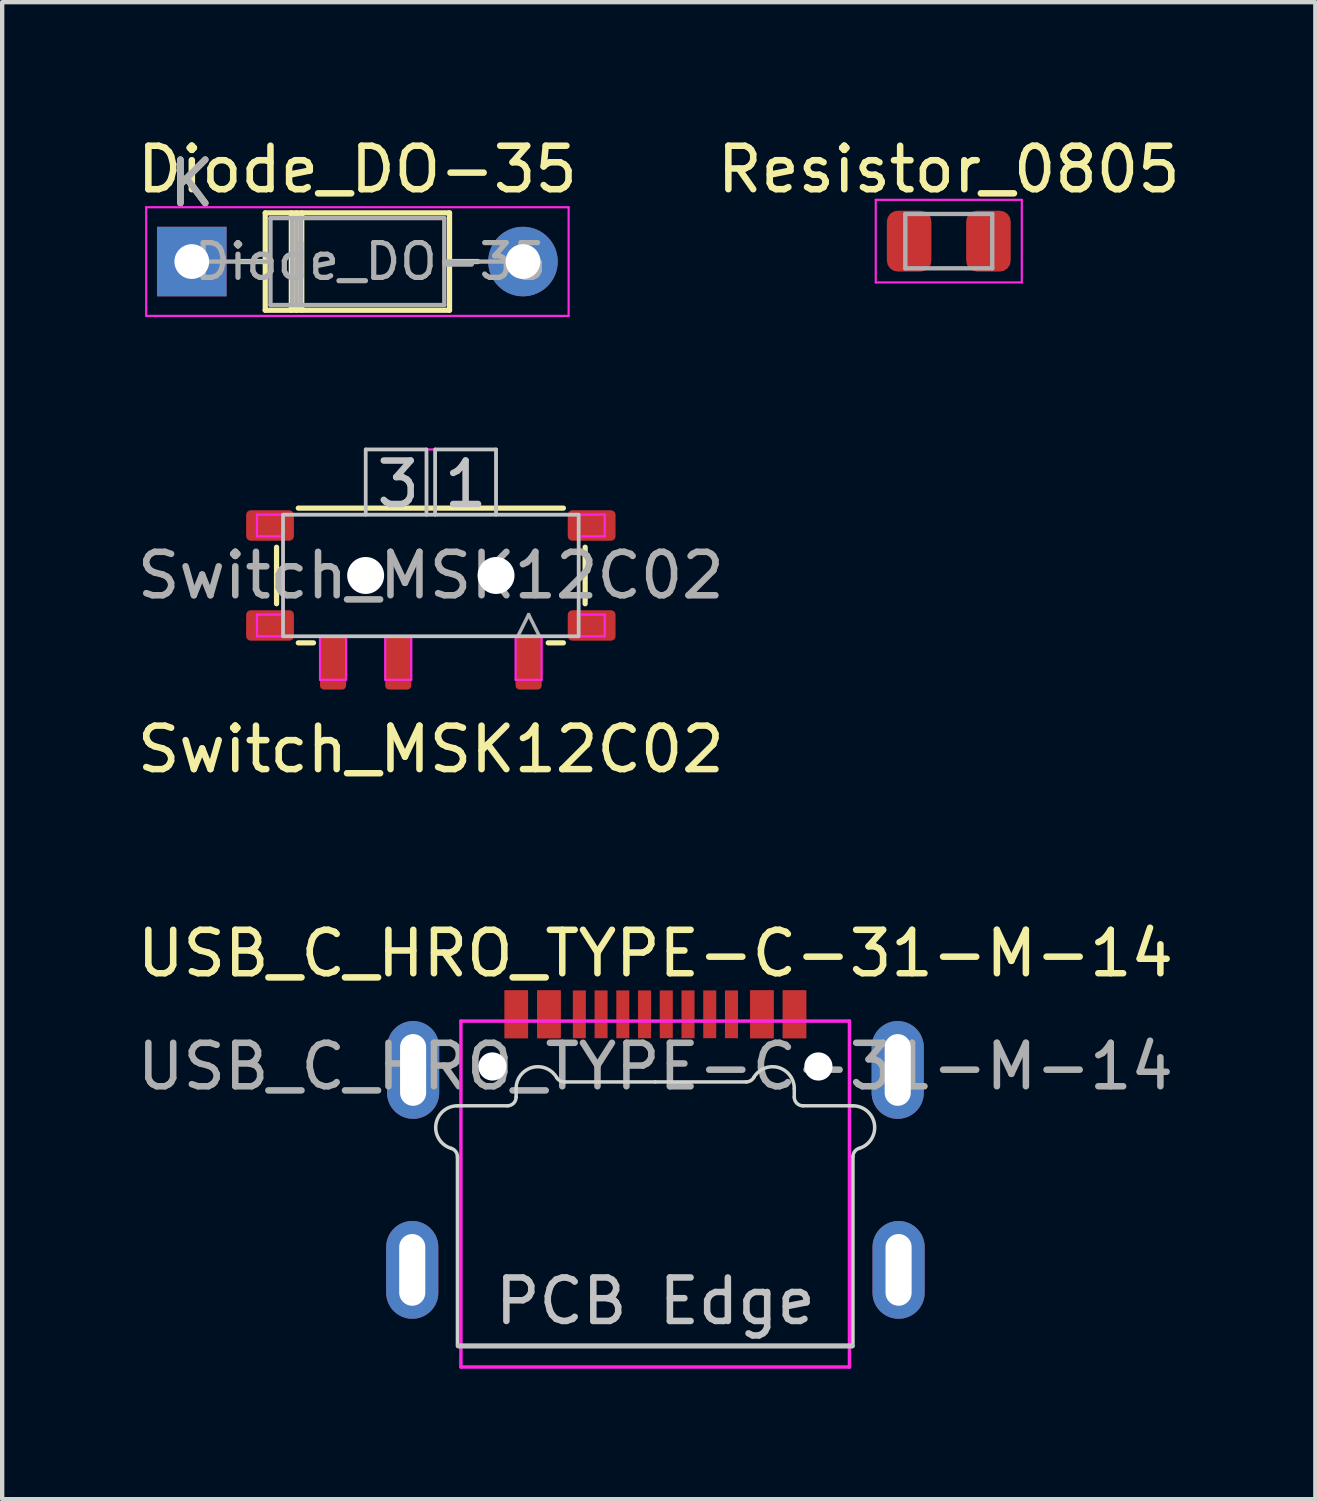
<source format=kicad_pcb>
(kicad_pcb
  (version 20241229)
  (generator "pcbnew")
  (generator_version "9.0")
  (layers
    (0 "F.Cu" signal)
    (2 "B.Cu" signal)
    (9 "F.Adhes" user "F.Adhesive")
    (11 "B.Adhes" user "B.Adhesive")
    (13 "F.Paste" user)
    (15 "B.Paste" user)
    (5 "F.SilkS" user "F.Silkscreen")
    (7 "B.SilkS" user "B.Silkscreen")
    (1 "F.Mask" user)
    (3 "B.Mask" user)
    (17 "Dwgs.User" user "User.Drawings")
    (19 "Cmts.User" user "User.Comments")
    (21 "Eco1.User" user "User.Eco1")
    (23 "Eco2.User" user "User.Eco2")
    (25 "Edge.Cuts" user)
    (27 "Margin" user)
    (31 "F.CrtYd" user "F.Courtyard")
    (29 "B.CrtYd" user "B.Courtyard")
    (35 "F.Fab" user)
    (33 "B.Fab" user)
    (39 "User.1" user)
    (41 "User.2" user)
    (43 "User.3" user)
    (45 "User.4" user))
  (footprint "Switch_MSK12C02"
    (layer "F.Cu")
    (at 6.863 10.191)
    (property "Reference" "Switch_MSK12C02" (at 0 4 0) (unlocked yes) (layer "F.SilkS") (effects (font (size 1 1) (thickness 0.15))))
    (attr smd)
    (fp_line (start -3.55 -0.65) (end -3.55 0.65) (stroke (width 0.12) (type solid)) (layer "F.SilkS"))
    (fp_line (start -3.05 -1.55) (end 3.05 -1.55) (stroke (width 0.12) (type solid)) (layer "F.SilkS"))
    (fp_line (start -2.7 1.55) (end -3.05 1.55) (stroke (width 0.12) (type solid)) (layer "F.SilkS"))
    (fp_line (start 3.05 1.55) (end 2.7 1.55) (stroke (width 0.12) (type solid)) (layer "F.SilkS"))
    (fp_line (start 3.55 0.65) (end 3.55 -0.65) (stroke (width 0.12) (type solid)) (layer "F.SilkS"))
    (fp_line (start -3.4 -1.4) (end -3.4 1.4) (stroke (width 0.08) (type solid)) (layer "Dwgs.User"))
    (fp_line (start -3.4 1.4) (end 3.4 1.4) (stroke (width 0.08) (type solid)) (layer "Dwgs.User"))
    (fp_line (start -1.5 -2.9) (end -1.5 -1.4) (stroke (width 0.08) (type solid)) (layer "Dwgs.User"))
    (fp_line (start -0.1 -2.9) (end -1.5 -2.9) (stroke (width 0.08) (type solid)) (layer "Dwgs.User"))
    (fp_line (start -0.1 -1.4) (end -0.1 -2.9) (stroke (width 0.08) (type solid)) (layer "Dwgs.User"))
    (fp_line (start 0.1 -2.9) (end 1.5 -2.9) (stroke (width 0.08) (type solid)) (layer "Dwgs.User"))
    (fp_line (start 0.1 -1.4) (end 0.1 -2.9) (stroke (width 0.08) (type solid)) (layer "Dwgs.User"))
    (fp_line (start 1.5 -2.9) (end 1.5 -1.4) (stroke (width 0.08) (type solid)) (layer "Dwgs.User"))
    (fp_line (start 3.4 -1.4) (end -3.4 -1.4) (stroke (width 0.08) (type solid)) (layer "Dwgs.User"))
    (fp_line (start 3.4 1.4) (end 3.4 -1.4) (stroke (width 0.08) (type solid)) (layer "Dwgs.User"))
    (fp_line (start -4 -1.4) (end -4 -0.9) (stroke (width 0.05) (type solid)) (layer "F.CrtYd"))
    (fp_line (start -4 -1.4) (end -1.5 -1.4) (stroke (width 0.05) (type solid)) (layer "F.CrtYd"))
    (fp_line (start -4 -0.9) (end -3.4 -0.9) (stroke (width 0.05) (type solid)) (layer "F.CrtYd"))
    (fp_line (start -4 0.9) (end -4 1.4) (stroke (width 0.05) (type solid)) (layer "F.CrtYd"))
    (fp_line (start -3.4 0.9) (end -4 0.9) (stroke (width 0.05) (type solid)) (layer "F.CrtYd"))
    (fp_line (start -3.4 0.9) (end -3.4 -0.9) (stroke (width 0.05) (type solid)) (layer "F.CrtYd"))
    (fp_line (start -2.55 1.4) (end -4 1.4) (stroke (width 0.05) (type solid)) (layer "F.CrtYd"))
    (fp_line (start -2.55 2.4) (end -2.55 1.4) (stroke (width 0.05) (type solid)) (layer "F.CrtYd"))
    (fp_line (start -2.55 2.4) (end -1.95 2.4) (stroke (width 0.05) (type solid)) (layer "F.CrtYd"))
    (fp_line (start -1.95 1.4) (end -1.05 1.4) (stroke (width 0.05) (type solid)) (layer "F.CrtYd"))
    (fp_line (start -1.95 2.4) (end -1.95 1.4) (stroke (width 0.05) (type solid)) (layer "F.CrtYd"))
    (fp_line (start -1.5 -2.9) (end 1.5 -2.9) (stroke (width 0.05) (type solid)) (layer "F.CrtYd"))
    (fp_line (start -1.5 -1.4) (end -1.5 -2.9) (stroke (width 0.05) (type solid)) (layer "F.CrtYd"))
    (fp_line (start -1.05 2.4) (end -1.05 1.4) (stroke (width 0.05) (type solid)) (layer "F.CrtYd"))
    (fp_line (start -1.05 2.4) (end -0.45 2.4) (stroke (width 0.05) (type solid)) (layer "F.CrtYd"))
    (fp_line (start -0.45 1.4) (end 1.95 1.4) (stroke (width 0.05) (type solid)) (layer "F.CrtYd"))
    (fp_line (start -0.45 2.4) (end -0.45 1.4) (stroke (width 0.05) (type solid)) (layer "F.CrtYd"))
    (fp_line (start 1.5 -2.9) (end 1.5 -1.4) (stroke (width 0.05) (type solid)) (layer "F.CrtYd"))
    (fp_line (start 1.5 -1.4) (end 4 -1.4) (stroke (width 0.05) (type solid)) (layer "F.CrtYd"))
    (fp_line (start 1.95 2.4) (end 1.95 1.4) (stroke (width 0.05) (type solid)) (layer "F.CrtYd"))
    (fp_line (start 1.95 2.4) (end 2.55 2.4) (stroke (width 0.05) (type solid)) (layer "F.CrtYd"))
    (fp_line (start 2.55 1.4) (end 4 1.4) (stroke (width 0.05) (type solid)) (layer "F.CrtYd"))
    (fp_line (start 2.55 2.4) (end 2.55 1.4) (stroke (width 0.05) (type solid)) (layer "F.CrtYd"))
    (fp_line (start 3.4 -0.9) (end 4 -0.9) (stroke (width 0.05) (type solid)) (layer "F.CrtYd"))
    (fp_line (start 3.4 0.9) (end 3.4 -0.9) (stroke (width 0.05) (type solid)) (layer "F.CrtYd"))
    (fp_line (start 4 -0.9) (end 4 -1.4) (stroke (width 0.05) (type solid)) (layer "F.CrtYd"))
    (fp_line (start 4 0.9) (end 3.4 0.9) (stroke (width 0.05) (type solid)) (layer "F.CrtYd"))
    (fp_line (start 4 1.4) (end 4 0.9) (stroke (width 0.05) (type solid)) (layer "F.CrtYd"))
    (fp_line (start -3.4 -1.4) (end -3.4 1.4) (stroke (width 0.08) (type solid)) (layer "F.Fab"))
    (fp_line (start -3.4 1.4) (end 3.4 1.4) (stroke (width 0.08) (type solid)) (layer "F.Fab"))
    (fp_line (start -1.5 -2.9) (end -1.5 -1.4) (stroke (width 0.08) (type solid)) (layer "F.Fab"))
    (fp_line (start -0.1 -2.9) (end -1.5 -2.9) (stroke (width 0.08) (type solid)) (layer "F.Fab"))
    (fp_line (start -0.1 -1.4) (end -0.1 -2.9) (stroke (width 0.08) (type solid)) (layer "F.Fab"))
    (fp_line (start 0.1 -2.9) (end 1.5 -2.9) (stroke (width 0.08) (type solid)) (layer "F.Fab"))
    (fp_line (start 0.1 -1.4) (end 0.1 -2.9) (stroke (width 0.08) (type solid)) (layer "F.Fab"))
    (fp_line (start 1.5 -2.9) (end 1.5 -1.4) (stroke (width 0.08) (type solid)) (layer "F.Fab"))
    (fp_line (start 2 1.4) (end 2.25 0.9) (stroke (width 0.08) (type default)) (layer "F.Fab"))
    (fp_line (start 2.25 0.9) (end 2.5 1.4) (stroke (width 0.08) (type default)) (layer "F.Fab"))
    (fp_line (start 3.4 -1.4) (end -3.4 -1.4) (stroke (width 0.08) (type solid)) (layer "F.Fab"))
    (fp_line (start 3.4 1.4) (end 3.4 -1.4) (stroke (width 0.08) (type solid)) (layer "F.Fab"))
    (fp_text user "3" (at -0.75 -2.1 0) (unlocked yes) (layer "Dwgs.User") (effects (font (size 1 1) (thickness 0.15))))
    (fp_text user "1" (at 0.8 -2.1 0) (unlocked yes) (layer "Dwgs.User") (effects (font (size 1 1) (thickness 0.15))))
    (fp_text user "${REFERENCE}" (at 0 0 0) (layer "F.Fab") (effects (font (size 1 1) (thickness 0.15))))
    (pad "" np_thru_hole circle (at -1.5 0 180) (size 0.85 0.85) (drill 0.85) (layers "*.Cu" "*.Mask"))
    (pad "" np_thru_hole circle (at 1.5 0 180) (size 0.85 0.85) (drill 0.85) (layers "*.Cu" "*.Mask"))
    (pad "1" smd roundrect (at 2.25 2 180) (size 0.6 1.25) (layers "F.Cu" "F.Mask" "F.Paste") (roundrect_rratio 0.15))
    (pad "2" smd roundrect (at -0.75 2 180) (size 0.6 1.25) (layers "F.Cu" "F.Mask" "F.Paste") (roundrect_rratio 0.15))
    (pad "3" smd roundrect (at -2.25 2 180) (size 0.6 1.25) (layers "F.Cu" "F.Mask" "F.Paste") (roundrect_rratio 0.15))
    (pad "MP" smd roundrect (at -3.7 -1.15 270) (size 0.7 1.1) (layers "F.Cu" "F.Mask" "F.Paste") (roundrect_rratio 0.15))
    (pad "MP" smd roundrect (at -3.7 1.15 270) (size 0.7 1.1) (layers "F.Cu" "F.Mask" "F.Paste") (roundrect_rratio 0.15))
    (pad "MP" smd roundrect (at 3.7 -1.15 270) (size 0.7 1.1) (layers "F.Cu" "F.Mask" "F.Paste") (roundrect_rratio 0.15))
    (pad "MP" smd roundrect (at 3.7 1.15 270) (size 0.7 1.1) (layers "F.Cu" "F.Mask" "F.Paste") (roundrect_rratio 0.15)))
  (footprint "Diode_DO-35"
    (layer "F.Cu")
    (at 1.363 2.968)
    (property "Reference" "Diode_DO-35" (at 3.81 -2.12 0) (layer "F.SilkS") (effects (font (size 1 1) (thickness 0.15))))
    (attr through_hole)
    (fp_line (start 1.04 0) (end 1.69 0) (stroke (width 0.12) (type solid)) (layer "F.SilkS"))
    (fp_line (start 1.69 -1.12) (end 1.69 1.12) (stroke (width 0.12) (type solid)) (layer "F.SilkS"))
    (fp_line (start 1.69 1.12) (end 5.93 1.12) (stroke (width 0.12) (type solid)) (layer "F.SilkS"))
    (fp_line (start 2.29 -1.12) (end 2.29 1.12) (stroke (width 0.12) (type solid)) (layer "F.SilkS"))
    (fp_line (start 2.41 -1.12) (end 2.41 1.12) (stroke (width 0.12) (type solid)) (layer "F.SilkS"))
    (fp_line (start 2.53 -1.12) (end 2.53 1.12) (stroke (width 0.12) (type solid)) (layer "F.SilkS"))
    (fp_line (start 5.93 -1.12) (end 1.69 -1.12) (stroke (width 0.12) (type solid)) (layer "F.SilkS"))
    (fp_line (start 5.93 1.12) (end 5.93 -1.12) (stroke (width 0.12) (type solid)) (layer "F.SilkS"))
    (fp_line (start 6.58 0) (end 5.93 0) (stroke (width 0.12) (type solid)) (layer "F.SilkS"))
    (fp_line (start -1.05 -1.25) (end -1.05 1.25) (stroke (width 0.05) (type solid)) (layer "F.CrtYd"))
    (fp_line (start -1.05 1.25) (end 8.67 1.25) (stroke (width 0.05) (type solid)) (layer "F.CrtYd"))
    (fp_line (start 8.67 -1.25) (end -1.05 -1.25) (stroke (width 0.05) (type solid)) (layer "F.CrtYd"))
    (fp_line (start 8.67 1.25) (end 8.67 -1.25) (stroke (width 0.05) (type solid)) (layer "F.CrtYd"))
    (fp_line (start 0 0) (end 1.81 0) (stroke (width 0.1) (type solid)) (layer "F.Fab"))
    (fp_line (start 1.81 -1) (end 1.81 1) (stroke (width 0.1) (type solid)) (layer "F.Fab"))
    (fp_line (start 1.81 1) (end 5.81 1) (stroke (width 0.1) (type solid)) (layer "F.Fab"))
    (fp_line (start 2.31 -1) (end 2.31 1) (stroke (width 0.1) (type solid)) (layer "F.Fab"))
    (fp_line (start 2.41 -1) (end 2.41 1) (stroke (width 0.1) (type solid)) (layer "F.Fab"))
    (fp_line (start 2.51 -1) (end 2.51 1) (stroke (width 0.1) (type solid)) (layer "F.Fab"))
    (fp_line (start 5.81 -1) (end 1.81 -1) (stroke (width 0.1) (type solid)) (layer "F.Fab"))
    (fp_line (start 5.81 1) (end 5.81 -1) (stroke (width 0.1) (type solid)) (layer "F.Fab"))
    (fp_line (start 7.62 0) (end 5.81 0) (stroke (width 0.1) (type solid)) (layer "F.Fab"))
    (fp_text user "K" (at 0 -1.8 0) (layer "F.SilkS") (effects (font (size 1 1) (thickness 0.15))))
    (fp_text user "${REFERENCE}" (at 4.11 0 0) (layer "F.Fab") (effects (font (size 0.8 0.8) (thickness 0.12))))
    (fp_text user "K" (at 0 -1.8 0) (layer "F.Fab") (effects (font (size 1 1) (thickness 0.15))))
    (pad "1" thru_hole rect (at 0 0) (size 1.6 1.6) (drill 0.8) (layers "*.Cu" "*.Mask"))
    (pad "2" thru_hole oval (at 7.62 0) (size 1.6 1.6) (drill 0.8) (layers "*.Cu" "*.Mask")))
  (footprint "Resistor_0805"
    (layer "F.Cu")
    (at 18.78 2.498)
    (property "Reference" "Resistor_0805" (at 0 -1.65 0) (layer "F.SilkS") (effects (font (size 1 1) (thickness 0.15))))
    (attr smd)
    (fp_line (start -1.68 -0.95) (end 1.68 -0.95) (stroke (width 0.05) (type solid)) (layer "F.CrtYd"))
    (fp_line (start -1.68 0.95) (end -1.68 -0.95) (stroke (width 0.05) (type solid)) (layer "F.CrtYd"))
    (fp_line (start 1.68 -0.95) (end 1.68 0.95) (stroke (width 0.05) (type solid)) (layer "F.CrtYd"))
    (fp_line (start 1.68 0.95) (end -1.68 0.95) (stroke (width 0.05) (type solid)) (layer "F.CrtYd"))
    (fp_line (start -1 -0.625) (end 1 -0.625) (stroke (width 0.1) (type solid)) (layer "F.Fab"))
    (fp_line (start -1 0.625) (end -1 -0.625) (stroke (width 0.1) (type solid)) (layer "F.Fab"))
    (fp_line (start 1 -0.625) (end 1 0.625) (stroke (width 0.1) (type solid)) (layer "F.Fab"))
    (fp_line (start 1 0.625) (end -1 0.625) (stroke (width 0.1) (type solid)) (layer "F.Fab"))
    (pad "1" smd roundrect (at -0.912 0) (size 1.025 1.4) (layers "F.Cu" "F.Mask" "F.Paste") (roundrect_rratio 0.244))
    (pad "2" smd roundrect (at 0.912 0) (size 1.025 1.4) (layers "F.Cu" "F.Mask" "F.Paste") (roundrect_rratio 0.244)))
  (footprint "USB_C_HRO_TYPE-C-31-M-14"
    (layer "F.Cu")
    (at 12.03 21.488)
    (property "Reference" "USB_C_HRO_TYPE-C-31-M-14" (at 0 -2.6 180) (layer "F.SilkS") (effects (font (size 1 1) (thickness 0.15))))
    (attr smd)
    (fp_line (start -4.525 6.43) (end 4.525 6.43) (stroke (width 0.12) (type solid)) (layer "Dwgs.User"))
    (fp_line (start -4.555 2.076) (end -4.555 6.435) (stroke (width 0.08) (type solid)) (layer "Edge.Cuts"))
    (fp_line (start -3.405 0.905) (end -4.555 0.905) (stroke (width 0.08) (type solid)) (layer "Edge.Cuts"))
    (fp_line (start -3.205 0.505) (end -3.205 0.705) (stroke (width 0.08) (type solid)) (layer "Edge.Cuts"))
    (fp_line (start -0.005 0.355) (end -2.099 0.355) (stroke (width 0.08) (type solid)) (layer "Edge.Cuts"))
    (fp_line (start -0.005 0.355) (end 2.089 0.355) (stroke (width 0.08) (type solid)) (layer "Edge.Cuts"))
    (fp_line (start 3.195 0.505) (end 3.195 0.705) (stroke (width 0.08) (type solid)) (layer "Edge.Cuts"))
    (fp_line (start 3.395 0.905) (end 4.545 0.905) (stroke (width 0.08) (type solid)) (layer "Edge.Cuts"))
    (fp_line (start 4.545 2.076) (end 4.545 6.435) (stroke (width 0.08) (type solid)) (layer "Edge.Cuts"))
    (fp_arc (start -4.697856 1.884157) (mid -5.04976 1.332815) (end -4.554999 0.905) (stroke (width 0.08) (type solid)) (layer "Edge.Cuts"))
    (fp_arc (start -4.697856 1.884158) (mid -4.594642 1.956298) (end -4.554999 2.075821) (stroke (width 0.08) (type solid)) (layer "Edge.Cuts"))
    (fp_arc (start -3.204999 0.505) (mid -2.834408 0.022037) (end -2.271986 0.255) (stroke (width 0.08) (type solid)) (layer "Edge.Cuts"))
    (fp_arc (start -3.204998 0.705) (mid -3.263577 0.846421) (end -3.404998 0.905) (stroke (width 0.08) (type solid)) (layer "Edge.Cuts"))
    (fp_arc (start -2.098781 0.355) (mid -2.198781 0.328205) (end -2.271986 0.255) (stroke (width 0.08) (type solid)) (layer "Edge.Cuts"))
    (fp_arc (start 2.261988 0.255) (mid 2.188783 0.328205) (end 2.088783 0.355) (stroke (width 0.08) (type solid)) (layer "Edge.Cuts"))
    (fp_arc (start 2.261988 0.255) (mid 2.824411 0.022037) (end 3.195001 0.505) (stroke (width 0.08) (type solid)) (layer "Edge.Cuts"))
    (fp_arc (start 3.395 0.904999) (mid 3.253579 0.846421) (end 3.195001 0.705) (stroke (width 0.08) (type solid)) (layer "Edge.Cuts"))
    (fp_arc (start 4.545001 0.904999) (mid 5.039764 1.332815) (end 4.687858 1.884158) (stroke (width 0.08) (type solid)) (layer "Edge.Cuts"))
    (fp_arc (start 4.545001 2.075821) (mid 4.584644 1.956298) (end 4.687858 1.884158) (stroke (width 0.08) (type solid)) (layer "Edge.Cuts"))
    (fp_line (start -4.475 -1.045) (end 4.465 -1.045) (stroke (width 0.08) (type solid)) (layer "F.CrtYd"))
    (fp_line (start -4.475 6.915) (end -4.475 -1.045) (stroke (width 0.08) (type solid)) (layer "F.CrtYd"))
    (fp_line (start 4.465 -1.045) (end 4.465 6.915) (stroke (width 0.08) (type solid)) (layer "F.CrtYd"))
    (fp_line (start 4.465 6.915) (end -4.475 6.915) (stroke (width 0.08) (type solid)) (layer "F.CrtYd"))
    (fp_text user "PCB Edge" (at 0 5.4 0) (layer "Dwgs.User") (effects (font (size 1 1) (thickness 0.15))))
    (fp_text user "${REFERENCE}" (at 0 0 0) (layer "F.Fab") (effects (font (size 1 1) (thickness 0.15))))
    (pad "" np_thru_hole circle (at -3.75 0) (size 0.65 0.65) (drill 0.65) (layers "*.Cu" "*.Mask"))
    (pad "" np_thru_hole circle (at 3.75 0) (size 0.65 0.65) (drill 0.65) (layers "*.Cu" "*.Mask"))
    (pad "A1" smd rect (at -3.2 -1.2 180) (size 0.54 1.1) (layers "F.Cu" "F.Mask" "F.Paste"))
    (pad "A4" smd rect (at -2.45 -1.2 180) (size 0.54 1.1) (layers "F.Cu" "F.Mask" "F.Paste"))
    (pad "A5" smd rect (at -1.25 -1.2 180) (size 0.3 1.1) (layers "F.Cu" "F.Mask" "F.Paste"))
    (pad "A6" smd rect (at -0.25 -1.2 180) (size 0.3 1.1) (layers "F.Cu" "F.Mask" "F.Paste"))
    (pad "A7" smd rect (at 0.25 -1.2 180) (size 0.3 1.1) (layers "F.Cu" "F.Mask" "F.Paste"))
    (pad "A8" smd rect (at 1.25 -1.2 180) (size 0.3 1.1) (layers "F.Cu" "F.Mask" "F.Paste"))
    (pad "A9" smd rect (at 2.45 -1.2 180) (size 0.54 1.1) (layers "F.Cu" "F.Mask" "F.Paste"))
    (pad "A12" smd rect (at 3.2 -1.2 180) (size 0.54 1.1) (layers "F.Cu" "F.Mask" "F.Paste"))
    (pad "B1" smd rect (at 3.2 -1.2 180) (size 0.54 1.1) (layers "F.Cu" "F.Mask" "F.Paste"))
    (pad "B4" smd rect (at 2.45 -1.2 180) (size 0.54 1.1) (layers "F.Cu" "F.Mask" "F.Paste"))
    (pad "B5" smd rect (at 1.75 -1.2 180) (size 0.3 1.1) (layers "F.Cu" "F.Mask" "F.Paste"))
    (pad "B6" smd rect (at 0.75 -1.2 180) (size 0.3 1.1) (layers "F.Cu" "F.Mask" "F.Paste"))
    (pad "B7" smd rect (at -0.75 -1.2 180) (size 0.3 1.1) (layers "F.Cu" "F.Mask" "F.Paste"))
    (pad "B8" smd rect (at -1.75 -1.2 180) (size 0.3 1.1) (layers "F.Cu" "F.Mask" "F.Paste"))
    (pad "B9" smd rect (at -2.45 -1.2 180) (size 0.54 1.1) (layers "F.Cu" "F.Mask" "F.Paste"))
    (pad "B12" smd rect (at -3.2 -1.2 180) (size 0.54 1.1) (layers "F.Cu" "F.Mask" "F.Paste"))
    (pad "S1" thru_hole oval (at -5.595 4.68 180) (size 1.2 2.25) (drill oval 0.6 1.65) (layers "*.Cu" "*.Mask"))
    (pad "S1" thru_hole oval (at -5.575 0.08 180) (size 1.2 2.25) (drill oval 0.6 1.65) (layers "*.Cu" "*.Mask"))
    (pad "S1" thru_hole oval (at 5.575 0.08 180) (size 1.2 2.25) (drill oval 0.6 1.65) (layers "*.Cu" "*.Mask"))
    (pad "S1" thru_hole oval (at 5.595 4.68 180) (size 1.2 2.25) (drill oval 0.6 1.65) (layers "*.Cu" "*.Mask")))
  (gr_rect
    (start -3 -3)
    (end 27.214 31.443)
    (stroke (width 0.1) (type default))
    (fill no)
    (layer "Edge.Cuts")))
</source>
